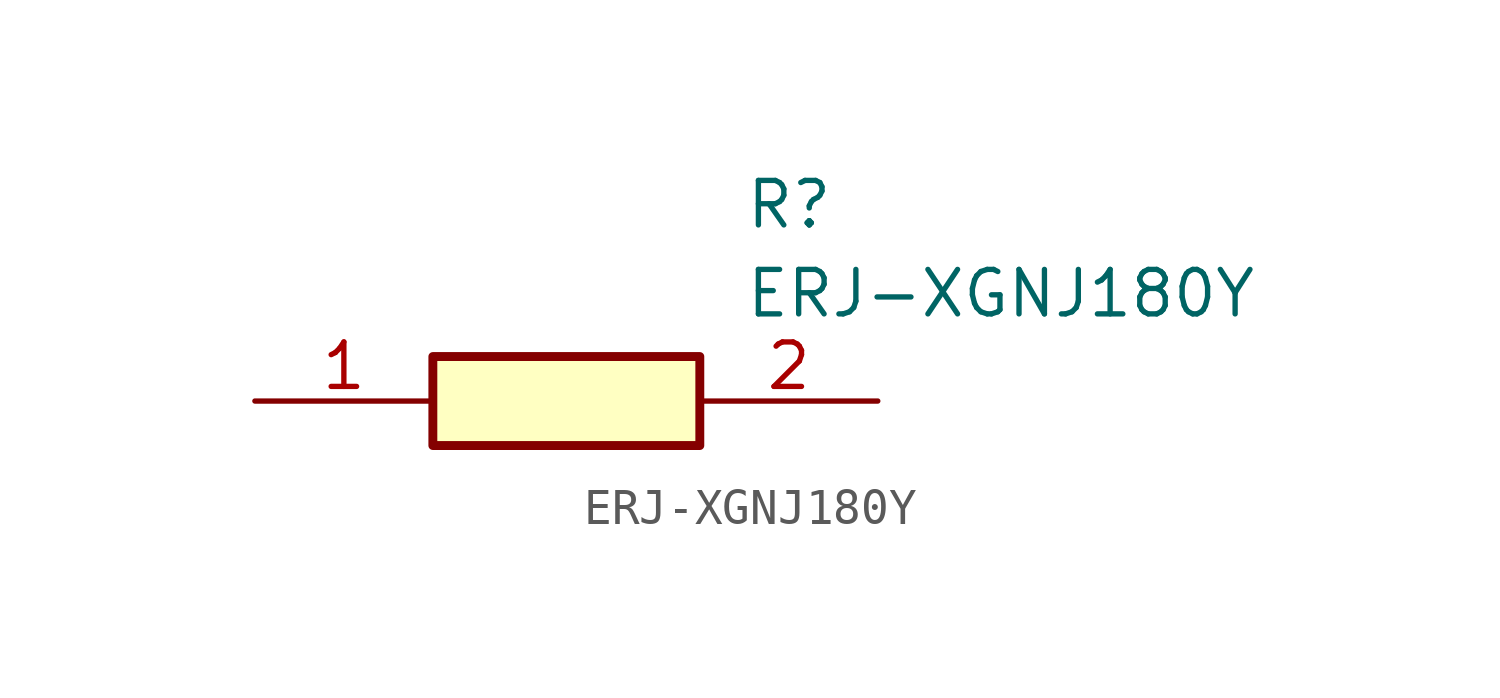
<source format=kicad_sym>
(kicad_symbol_lib
  (version 20211014)
  (generator SamacSys_ECAD_Model)
  (symbol "ERJ-XGNJ180Y"
    (pin_names hide)
    (property "Reference" "R"
      (at 13.97 6.35 0)
      (effects (font (size 1.27 1.27)) (justify left top)))
    (property "Value" "ERJ-XGNJ180Y"
      (at 13.97 3.81 0)
      (effects (font (size 1.27 1.27)) (justify left top)))
    (rectangle
      (start 5.08 1.27)
      (end 12.7 -1.27)
      (stroke (width 0.254) (type default))
      (fill (type background)))
    (pin passive line
      (at 0 0 0)
      (length 5.08)
      (name "1" (effects (font (size 1.27 1.27))))
      (number "1" (effects (font (size 1.27 1.27)))))
    (pin passive line
      (at 17.78 0 180)
      (length 5.08)
      (name "2" (effects (font (size 1.27 1.27))))
      (number "2" (effects (font (size 1.27 1.27)))))))
</source>
